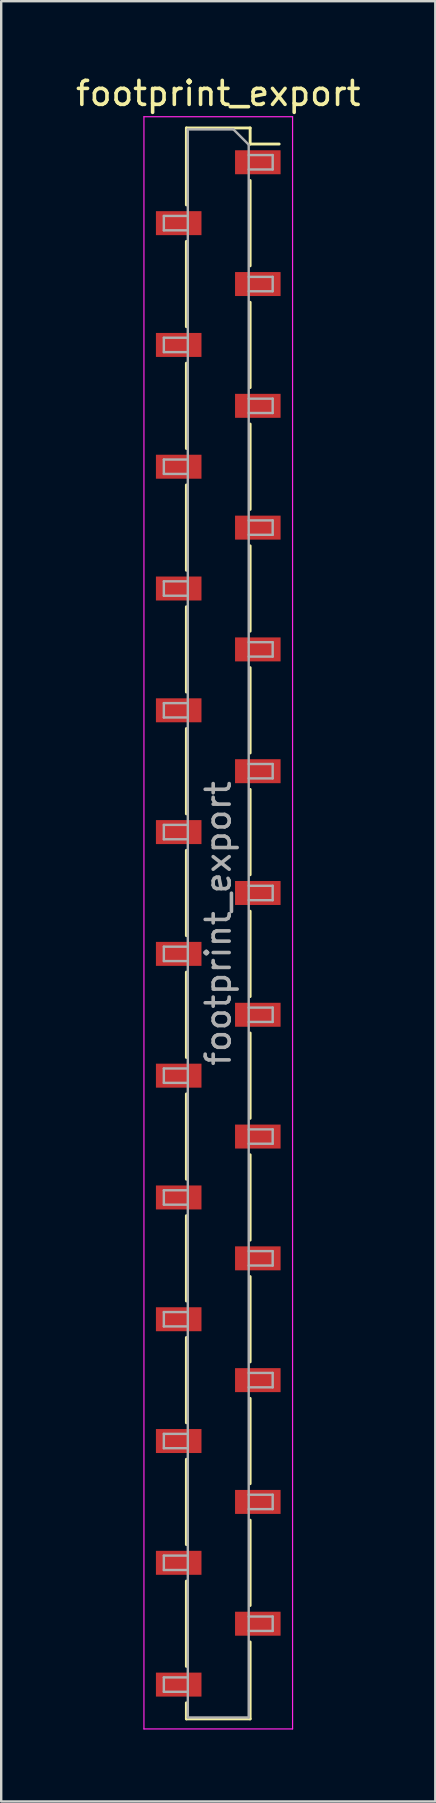
<source format=kicad_pcb>
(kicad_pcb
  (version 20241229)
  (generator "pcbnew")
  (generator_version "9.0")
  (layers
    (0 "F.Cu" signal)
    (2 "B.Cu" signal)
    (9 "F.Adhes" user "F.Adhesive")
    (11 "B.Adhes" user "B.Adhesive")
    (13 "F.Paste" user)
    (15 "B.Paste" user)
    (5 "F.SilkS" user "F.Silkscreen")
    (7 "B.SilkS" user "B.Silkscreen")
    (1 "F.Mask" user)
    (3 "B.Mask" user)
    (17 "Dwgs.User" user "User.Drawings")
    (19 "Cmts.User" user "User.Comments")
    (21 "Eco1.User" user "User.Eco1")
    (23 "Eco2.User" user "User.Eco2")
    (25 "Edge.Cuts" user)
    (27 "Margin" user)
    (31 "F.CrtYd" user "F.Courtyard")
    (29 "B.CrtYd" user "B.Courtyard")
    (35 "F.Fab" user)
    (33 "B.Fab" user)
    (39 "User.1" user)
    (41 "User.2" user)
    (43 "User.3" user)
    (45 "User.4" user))
  (footprint "footprint_export"
    (layer "F.Cu")
    (at 6.054 35.468)
    (property "Reference" "footprint_export" (at 0 -34.62 0) (layer "F.SilkS") (effects (font (size 1 1) (thickness 0.15))))
    (attr smd)
    (fp_line (start -1.33 -33.18) (end -1.33 -29.97) (stroke (width 0.12) (type solid)) (layer "F.SilkS"))
    (fp_line (start -1.33 -33.18) (end 1.33 -33.18) (stroke (width 0.12) (type solid)) (layer "F.SilkS"))
    (fp_line (start -1.33 -28.45) (end -1.33 -24.89) (stroke (width 0.12) (type solid)) (layer "F.SilkS"))
    (fp_line (start -1.33 -23.37) (end -1.33 -19.81) (stroke (width 0.12) (type solid)) (layer "F.SilkS"))
    (fp_line (start -1.33 -18.29) (end -1.33 -14.73) (stroke (width 0.12) (type solid)) (layer "F.SilkS"))
    (fp_line (start -1.33 -13.21) (end -1.33 -9.65) (stroke (width 0.12) (type solid)) (layer "F.SilkS"))
    (fp_line (start -1.33 -8.13) (end -1.33 -4.57) (stroke (width 0.12) (type solid)) (layer "F.SilkS"))
    (fp_line (start -1.33 -3.05) (end -1.33 0.51) (stroke (width 0.12) (type solid)) (layer "F.SilkS"))
    (fp_line (start -1.33 2.03) (end -1.33 5.59) (stroke (width 0.12) (type solid)) (layer "F.SilkS"))
    (fp_line (start -1.33 7.11) (end -1.33 10.67) (stroke (width 0.12) (type solid)) (layer "F.SilkS"))
    (fp_line (start -1.33 12.19) (end -1.33 15.75) (stroke (width 0.12) (type solid)) (layer "F.SilkS"))
    (fp_line (start -1.33 17.27) (end -1.33 20.83) (stroke (width 0.12) (type solid)) (layer "F.SilkS"))
    (fp_line (start -1.33 22.35) (end -1.33 25.91) (stroke (width 0.12) (type solid)) (layer "F.SilkS"))
    (fp_line (start -1.33 27.43) (end -1.33 30.99) (stroke (width 0.12) (type solid)) (layer "F.SilkS"))
    (fp_line (start -1.33 32.51) (end -1.33 33.18) (stroke (width 0.12) (type solid)) (layer "F.SilkS"))
    (fp_line (start -1.33 33.18) (end 1.33 33.18) (stroke (width 0.12) (type solid)) (layer "F.SilkS"))
    (fp_line (start 1.33 -33.18) (end 1.33 -32.51) (stroke (width 0.12) (type solid)) (layer "F.SilkS"))
    (fp_line (start 1.33 -32.51) (end 2.54 -32.51) (stroke (width 0.12) (type solid)) (layer "F.SilkS"))
    (fp_line (start 1.33 -30.99) (end 1.33 -27.43) (stroke (width 0.12) (type solid)) (layer "F.SilkS"))
    (fp_line (start 1.33 -25.91) (end 1.33 -22.35) (stroke (width 0.12) (type solid)) (layer "F.SilkS"))
    (fp_line (start 1.33 -20.83) (end 1.33 -17.27) (stroke (width 0.12) (type solid)) (layer "F.SilkS"))
    (fp_line (start 1.33 -15.75) (end 1.33 -12.19) (stroke (width 0.12) (type solid)) (layer "F.SilkS"))
    (fp_line (start 1.33 -10.67) (end 1.33 -7.11) (stroke (width 0.12) (type solid)) (layer "F.SilkS"))
    (fp_line (start 1.33 -5.59) (end 1.33 -2.03) (stroke (width 0.12) (type solid)) (layer "F.SilkS"))
    (fp_line (start 1.33 -0.51) (end 1.33 3.05) (stroke (width 0.12) (type solid)) (layer "F.SilkS"))
    (fp_line (start 1.33 4.57) (end 1.33 8.13) (stroke (width 0.12) (type solid)) (layer "F.SilkS"))
    (fp_line (start 1.33 9.65) (end 1.33 13.21) (stroke (width 0.12) (type solid)) (layer "F.SilkS"))
    (fp_line (start 1.33 14.73) (end 1.33 18.29) (stroke (width 0.12) (type solid)) (layer "F.SilkS"))
    (fp_line (start 1.33 19.81) (end 1.33 23.37) (stroke (width 0.12) (type solid)) (layer "F.SilkS"))
    (fp_line (start 1.33 24.89) (end 1.33 28.45) (stroke (width 0.12) (type solid)) (layer "F.SilkS"))
    (fp_line (start 1.33 29.97) (end 1.33 33.18) (stroke (width 0.12) (type solid)) (layer "F.SilkS"))
    (fp_line (start -3.1 -33.65) (end 3.1 -33.65) (stroke (width 0.05) (type solid)) (layer "F.CrtYd"))
    (fp_line (start -3.1 33.6) (end -3.1 -33.65) (stroke (width 0.05) (type solid)) (layer "F.CrtYd"))
    (fp_line (start 3.1 -33.65) (end 3.1 33.6) (stroke (width 0.05) (type solid)) (layer "F.CrtYd"))
    (fp_line (start 3.1 33.6) (end -3.1 33.6) (stroke (width 0.05) (type solid)) (layer "F.CrtYd"))
    (fp_line (start -2.27 -29.51) (end -1.27 -29.51) (stroke (width 0.1) (type solid)) (layer "F.Fab"))
    (fp_line (start -2.27 -28.91) (end -2.27 -29.51) (stroke (width 0.1) (type solid)) (layer "F.Fab"))
    (fp_line (start -2.27 -24.43) (end -1.27 -24.43) (stroke (width 0.1) (type solid)) (layer "F.Fab"))
    (fp_line (start -2.27 -23.83) (end -2.27 -24.43) (stroke (width 0.1) (type solid)) (layer "F.Fab"))
    (fp_line (start -2.27 -19.35) (end -1.27 -19.35) (stroke (width 0.1) (type solid)) (layer "F.Fab"))
    (fp_line (start -2.27 -18.75) (end -2.27 -19.35) (stroke (width 0.1) (type solid)) (layer "F.Fab"))
    (fp_line (start -2.27 -14.27) (end -1.27 -14.27) (stroke (width 0.1) (type solid)) (layer "F.Fab"))
    (fp_line (start -2.27 -13.67) (end -2.27 -14.27) (stroke (width 0.1) (type solid)) (layer "F.Fab"))
    (fp_line (start -2.27 -9.19) (end -1.27 -9.19) (stroke (width 0.1) (type solid)) (layer "F.Fab"))
    (fp_line (start -2.27 -8.59) (end -2.27 -9.19) (stroke (width 0.1) (type solid)) (layer "F.Fab"))
    (fp_line (start -2.27 -4.11) (end -1.27 -4.11) (stroke (width 0.1) (type solid)) (layer "F.Fab"))
    (fp_line (start -2.27 -3.51) (end -2.27 -4.11) (stroke (width 0.1) (type solid)) (layer "F.Fab"))
    (fp_line (start -2.27 0.97) (end -1.27 0.97) (stroke (width 0.1) (type solid)) (layer "F.Fab"))
    (fp_line (start -2.27 1.57) (end -2.27 0.97) (stroke (width 0.1) (type solid)) (layer "F.Fab"))
    (fp_line (start -2.27 6.05) (end -1.27 6.05) (stroke (width 0.1) (type solid)) (layer "F.Fab"))
    (fp_line (start -2.27 6.65) (end -2.27 6.05) (stroke (width 0.1) (type solid)) (layer "F.Fab"))
    (fp_line (start -2.27 11.13) (end -1.27 11.13) (stroke (width 0.1) (type solid)) (layer "F.Fab"))
    (fp_line (start -2.27 11.73) (end -2.27 11.13) (stroke (width 0.1) (type solid)) (layer "F.Fab"))
    (fp_line (start -2.27 16.21) (end -1.27 16.21) (stroke (width 0.1) (type solid)) (layer "F.Fab"))
    (fp_line (start -2.27 16.81) (end -2.27 16.21) (stroke (width 0.1) (type solid)) (layer "F.Fab"))
    (fp_line (start -2.27 21.29) (end -1.27 21.29) (stroke (width 0.1) (type solid)) (layer "F.Fab"))
    (fp_line (start -2.27 21.89) (end -2.27 21.29) (stroke (width 0.1) (type solid)) (layer "F.Fab"))
    (fp_line (start -2.27 26.37) (end -1.27 26.37) (stroke (width 0.1) (type solid)) (layer "F.Fab"))
    (fp_line (start -2.27 26.97) (end -2.27 26.37) (stroke (width 0.1) (type solid)) (layer "F.Fab"))
    (fp_line (start -2.27 31.45) (end -1.27 31.45) (stroke (width 0.1) (type solid)) (layer "F.Fab"))
    (fp_line (start -2.27 32.05) (end -2.27 31.45) (stroke (width 0.1) (type solid)) (layer "F.Fab"))
    (fp_line (start -1.27 -33.12) (end 0.635 -33.12) (stroke (width 0.1) (type solid)) (layer "F.Fab"))
    (fp_line (start -1.27 -28.91) (end -2.27 -28.91) (stroke (width 0.1) (type solid)) (layer "F.Fab"))
    (fp_line (start -1.27 -23.83) (end -2.27 -23.83) (stroke (width 0.1) (type solid)) (layer "F.Fab"))
    (fp_line (start -1.27 -18.75) (end -2.27 -18.75) (stroke (width 0.1) (type solid)) (layer "F.Fab"))
    (fp_line (start -1.27 -13.67) (end -2.27 -13.67) (stroke (width 0.1) (type solid)) (layer "F.Fab"))
    (fp_line (start -1.27 -8.59) (end -2.27 -8.59) (stroke (width 0.1) (type solid)) (layer "F.Fab"))
    (fp_line (start -1.27 -3.51) (end -2.27 -3.51) (stroke (width 0.1) (type solid)) (layer "F.Fab"))
    (fp_line (start -1.27 1.57) (end -2.27 1.57) (stroke (width 0.1) (type solid)) (layer "F.Fab"))
    (fp_line (start -1.27 6.65) (end -2.27 6.65) (stroke (width 0.1) (type solid)) (layer "F.Fab"))
    (fp_line (start -1.27 11.73) (end -2.27 11.73) (stroke (width 0.1) (type solid)) (layer "F.Fab"))
    (fp_line (start -1.27 16.81) (end -2.27 16.81) (stroke (width 0.1) (type solid)) (layer "F.Fab"))
    (fp_line (start -1.27 21.89) (end -2.27 21.89) (stroke (width 0.1) (type solid)) (layer "F.Fab"))
    (fp_line (start -1.27 26.97) (end -2.27 26.97) (stroke (width 0.1) (type solid)) (layer "F.Fab"))
    (fp_line (start -1.27 32.05) (end -2.27 32.05) (stroke (width 0.1) (type solid)) (layer "F.Fab"))
    (fp_line (start -1.27 33.12) (end -1.27 -33.12) (stroke (width 0.1) (type solid)) (layer "F.Fab"))
    (fp_line (start 0.635 -33.12) (end 1.27 -32.485) (stroke (width 0.1) (type solid)) (layer "F.Fab"))
    (fp_line (start 1.27 -32.485) (end 1.27 33.12) (stroke (width 0.1) (type solid)) (layer "F.Fab"))
    (fp_line (start 1.27 -32.05) (end 2.27 -32.05) (stroke (width 0.1) (type solid)) (layer "F.Fab"))
    (fp_line (start 1.27 -26.97) (end 2.27 -26.97) (stroke (width 0.1) (type solid)) (layer "F.Fab"))
    (fp_line (start 1.27 -21.89) (end 2.27 -21.89) (stroke (width 0.1) (type solid)) (layer "F.Fab"))
    (fp_line (start 1.27 -16.81) (end 2.27 -16.81) (stroke (width 0.1) (type solid)) (layer "F.Fab"))
    (fp_line (start 1.27 -11.73) (end 2.27 -11.73) (stroke (width 0.1) (type solid)) (layer "F.Fab"))
    (fp_line (start 1.27 -6.65) (end 2.27 -6.65) (stroke (width 0.1) (type solid)) (layer "F.Fab"))
    (fp_line (start 1.27 -1.57) (end 2.27 -1.57) (stroke (width 0.1) (type solid)) (layer "F.Fab"))
    (fp_line (start 1.27 3.51) (end 2.27 3.51) (stroke (width 0.1) (type solid)) (layer "F.Fab"))
    (fp_line (start 1.27 8.59) (end 2.27 8.59) (stroke (width 0.1) (type solid)) (layer "F.Fab"))
    (fp_line (start 1.27 13.67) (end 2.27 13.67) (stroke (width 0.1) (type solid)) (layer "F.Fab"))
    (fp_line (start 1.27 18.75) (end 2.27 18.75) (stroke (width 0.1) (type solid)) (layer "F.Fab"))
    (fp_line (start 1.27 23.83) (end 2.27 23.83) (stroke (width 0.1) (type solid)) (layer "F.Fab"))
    (fp_line (start 1.27 28.91) (end 2.27 28.91) (stroke (width 0.1) (type solid)) (layer "F.Fab"))
    (fp_line (start 1.27 33.12) (end -1.27 33.12) (stroke (width 0.1) (type solid)) (layer "F.Fab"))
    (fp_line (start 2.27 -32.05) (end 2.27 -31.45) (stroke (width 0.1) (type solid)) (layer "F.Fab"))
    (fp_line (start 2.27 -31.45) (end 1.27 -31.45) (stroke (width 0.1) (type solid)) (layer "F.Fab"))
    (fp_line (start 2.27 -26.97) (end 2.27 -26.37) (stroke (width 0.1) (type solid)) (layer "F.Fab"))
    (fp_line (start 2.27 -26.37) (end 1.27 -26.37) (stroke (width 0.1) (type solid)) (layer "F.Fab"))
    (fp_line (start 2.27 -21.89) (end 2.27 -21.29) (stroke (width 0.1) (type solid)) (layer "F.Fab"))
    (fp_line (start 2.27 -21.29) (end 1.27 -21.29) (stroke (width 0.1) (type solid)) (layer "F.Fab"))
    (fp_line (start 2.27 -16.81) (end 2.27 -16.21) (stroke (width 0.1) (type solid)) (layer "F.Fab"))
    (fp_line (start 2.27 -16.21) (end 1.27 -16.21) (stroke (width 0.1) (type solid)) (layer "F.Fab"))
    (fp_line (start 2.27 -11.73) (end 2.27 -11.13) (stroke (width 0.1) (type solid)) (layer "F.Fab"))
    (fp_line (start 2.27 -11.13) (end 1.27 -11.13) (stroke (width 0.1) (type solid)) (layer "F.Fab"))
    (fp_line (start 2.27 -6.65) (end 2.27 -6.05) (stroke (width 0.1) (type solid)) (layer "F.Fab"))
    (fp_line (start 2.27 -6.05) (end 1.27 -6.05) (stroke (width 0.1) (type solid)) (layer "F.Fab"))
    (fp_line (start 2.27 -1.57) (end 2.27 -0.97) (stroke (width 0.1) (type solid)) (layer "F.Fab"))
    (fp_line (start 2.27 -0.97) (end 1.27 -0.97) (stroke (width 0.1) (type solid)) (layer "F.Fab"))
    (fp_line (start 2.27 3.51) (end 2.27 4.11) (stroke (width 0.1) (type solid)) (layer "F.Fab"))
    (fp_line (start 2.27 4.11) (end 1.27 4.11) (stroke (width 0.1) (type solid)) (layer "F.Fab"))
    (fp_line (start 2.27 8.59) (end 2.27 9.19) (stroke (width 0.1) (type solid)) (layer "F.Fab"))
    (fp_line (start 2.27 9.19) (end 1.27 9.19) (stroke (width 0.1) (type solid)) (layer "F.Fab"))
    (fp_line (start 2.27 13.67) (end 2.27 14.27) (stroke (width 0.1) (type solid)) (layer "F.Fab"))
    (fp_line (start 2.27 14.27) (end 1.27 14.27) (stroke (width 0.1) (type solid)) (layer "F.Fab"))
    (fp_line (start 2.27 18.75) (end 2.27 19.35) (stroke (width 0.1) (type solid)) (layer "F.Fab"))
    (fp_line (start 2.27 19.35) (end 1.27 19.35) (stroke (width 0.1) (type solid)) (layer "F.Fab"))
    (fp_line (start 2.27 23.83) (end 2.27 24.43) (stroke (width 0.1) (type solid)) (layer "F.Fab"))
    (fp_line (start 2.27 24.43) (end 1.27 24.43) (stroke (width 0.1) (type solid)) (layer "F.Fab"))
    (fp_line (start 2.27 28.91) (end 2.27 29.51) (stroke (width 0.1) (type solid)) (layer "F.Fab"))
    (fp_line (start 2.27 29.51) (end 1.27 29.51) (stroke (width 0.1) (type solid)) (layer "F.Fab"))
    (fp_text user "${REFERENCE}" (at 0 0 90) (layer "F.Fab") (effects (font (size 1 1) (thickness 0.15))))
    (pad "1" smd rect (at 1.65 -31.75) (size 1.9 1) (layers "F.Cu" "F.Mask" "F.Paste"))
    (pad "2" smd rect (at -1.65 -29.21) (size 1.9 1) (layers "F.Cu" "F.Mask" "F.Paste"))
    (pad "3" smd rect (at 1.65 -26.67) (size 1.9 1) (layers "F.Cu" "F.Mask" "F.Paste"))
    (pad "4" smd rect (at -1.65 -24.13) (size 1.9 1) (layers "F.Cu" "F.Mask" "F.Paste"))
    (pad "5" smd rect (at 1.65 -21.59) (size 1.9 1) (layers "F.Cu" "F.Mask" "F.Paste"))
    (pad "6" smd rect (at -1.65 -19.05) (size 1.9 1) (layers "F.Cu" "F.Mask" "F.Paste"))
    (pad "7" smd rect (at 1.65 -16.51) (size 1.9 1) (layers "F.Cu" "F.Mask" "F.Paste"))
    (pad "8" smd rect (at -1.65 -13.97) (size 1.9 1) (layers "F.Cu" "F.Mask" "F.Paste"))
    (pad "9" smd rect (at 1.65 -11.43) (size 1.9 1) (layers "F.Cu" "F.Mask" "F.Paste"))
    (pad "10" smd rect (at -1.65 -8.89) (size 1.9 1) (layers "F.Cu" "F.Mask" "F.Paste"))
    (pad "11" smd rect (at 1.65 -6.35) (size 1.9 1) (layers "F.Cu" "F.Mask" "F.Paste"))
    (pad "12" smd rect (at -1.65 -3.81) (size 1.9 1) (layers "F.Cu" "F.Mask" "F.Paste"))
    (pad "13" smd rect (at 1.65 -1.27) (size 1.9 1) (layers "F.Cu" "F.Mask" "F.Paste"))
    (pad "14" smd rect (at -1.65 1.27) (size 1.9 1) (layers "F.Cu" "F.Mask" "F.Paste"))
    (pad "15" smd rect (at 1.65 3.81) (size 1.9 1) (layers "F.Cu" "F.Mask" "F.Paste"))
    (pad "16" smd rect (at -1.65 6.35) (size 1.9 1) (layers "F.Cu" "F.Mask" "F.Paste"))
    (pad "17" smd rect (at 1.65 8.89) (size 1.9 1) (layers "F.Cu" "F.Mask" "F.Paste"))
    (pad "18" smd rect (at -1.65 11.43) (size 1.9 1) (layers "F.Cu" "F.Mask" "F.Paste"))
    (pad "19" smd rect (at 1.65 13.97) (size 1.9 1) (layers "F.Cu" "F.Mask" "F.Paste"))
    (pad "20" smd rect (at -1.65 16.51) (size 1.9 1) (layers "F.Cu" "F.Mask" "F.Paste"))
    (pad "21" smd rect (at 1.65 19.05) (size 1.9 1) (layers "F.Cu" "F.Mask" "F.Paste"))
    (pad "22" smd rect (at -1.65 21.59) (size 1.9 1) (layers "F.Cu" "F.Mask" "F.Paste"))
    (pad "23" smd rect (at 1.65 24.13) (size 1.9 1) (layers "F.Cu" "F.Mask" "F.Paste"))
    (pad "24" smd rect (at -1.65 26.67) (size 1.9 1) (layers "F.Cu" "F.Mask" "F.Paste"))
    (pad "25" smd rect (at 1.65 29.21) (size 1.9 1) (layers "F.Cu" "F.Mask" "F.Paste"))
    (pad "26" smd rect (at -1.65 31.75) (size 1.9 1) (layers "F.Cu" "F.Mask" "F.Paste")))
  (gr_rect
    (start -3 -3)
    (end 15.107 72.093)
    (stroke (width 0.1) (type default))
    (fill no)
    (layer "Edge.Cuts")))
</source>
